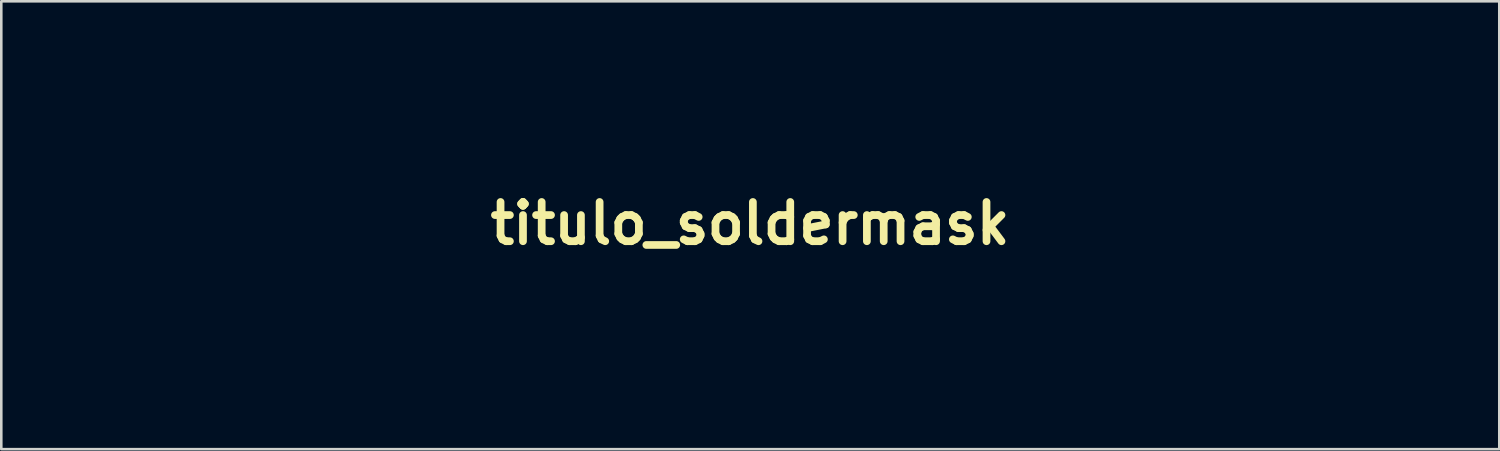
<source format=kicad_pcb>
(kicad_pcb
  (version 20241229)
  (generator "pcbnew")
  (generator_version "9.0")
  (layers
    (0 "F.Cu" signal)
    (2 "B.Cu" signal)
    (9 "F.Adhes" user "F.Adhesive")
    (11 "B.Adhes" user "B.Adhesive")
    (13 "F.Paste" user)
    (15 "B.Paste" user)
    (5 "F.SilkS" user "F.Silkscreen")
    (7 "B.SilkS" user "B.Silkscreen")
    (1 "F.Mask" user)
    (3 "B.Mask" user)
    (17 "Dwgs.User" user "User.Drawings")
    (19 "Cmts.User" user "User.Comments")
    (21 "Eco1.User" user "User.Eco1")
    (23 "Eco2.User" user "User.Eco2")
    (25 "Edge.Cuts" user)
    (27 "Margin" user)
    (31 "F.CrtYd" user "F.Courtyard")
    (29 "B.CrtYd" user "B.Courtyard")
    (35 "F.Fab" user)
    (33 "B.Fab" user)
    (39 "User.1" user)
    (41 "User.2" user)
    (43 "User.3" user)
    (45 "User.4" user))
  (footprint "titulo_soldermask"
    (layer "F.Cu")
    (at 26.074 5.627)
    (property "Reference" "titulo_soldermask" (at 0 0 0) (layer "F.SilkS") (effects (font (size 1.524 1.524) (thickness 0.3))))
    (attr through_hole)
    (fp_poly (pts (xy -21.957 4.703) (xy -21.899 4.778) (xy -21.902 4.886) (xy -21.917 4.973) (xy -21.921 5.002) (xy -21.962 5.024) (xy -22.06 5.035) (xy -22.08 5.035) (xy -22.2 5.019) (xy -22.242 4.969) (xy -22.247 4.86) (xy -22.247 4.835) (xy -22.238 4.731) (xy -22.191 4.688) (xy -22.085 4.679) (xy -21.957 4.703)) (stroke (width 0.01) (type solid)) (fill yes) (layer "F.Mask"))
    (fp_poly (pts (xy -19.354 5.394) (xy -19.194 5.405) (xy -19.097 5.428) (xy -19.05 5.469) (xy -19.041 5.534) (xy -19.05 5.599) (xy -19.065 5.686) (xy -19.069 5.715) (xy -19.112 5.728) (xy -19.226 5.739) (xy -19.394 5.746) (xy -19.585 5.748) (xy -20.097 5.748) (xy -20.097 5.392) (xy -19.59 5.392) (xy -19.354 5.394)) (stroke (width 0.01) (type solid)) (fill yes) (layer "F.Mask"))
    (fp_poly (pts (xy -22.313 3.633) (xy -22.256 3.708) (xy -22.258 3.816) (xy -22.273 3.903) (xy -22.277 3.933) (xy -22.319 3.955) (xy -22.417 3.966) (xy -22.437 3.966) (xy -22.537 3.961) (xy -22.581 3.927) (xy -22.592 3.84) (xy -22.593 3.788) (xy -22.588 3.674) (xy -22.559 3.623) (xy -22.484 3.61) (xy -22.441 3.609) (xy -22.313 3.633)) (stroke (width 0.01) (type solid)) (fill yes) (layer "F.Mask"))
    (fp_poly (pts (xy -2.167 4.68) (xy -1.935 4.683) (xy -1.77 4.692) (xy -1.662 4.709) (xy -1.601 4.737) (xy -1.575 4.777) (xy -1.573 4.833) (xy -1.582 4.886) (xy -1.597 4.973) (xy -1.601 5.002) (xy -1.644 5.012) (xy -1.763 5.021) (xy -1.944 5.029) (xy -2.173 5.033) (xy -2.437 5.035) (xy -2.473 5.035) (xy -3.342 5.035) (xy -3.342 4.679) (xy -2.478 4.679) (xy -2.167 4.68)) (stroke (width 0.01) (type solid)) (fill yes) (layer "F.Mask"))
    (fp_poly (pts (xy -21.36 4.328) (xy -21.245 4.351) (xy -21.19 4.399) (xy -21.182 4.481) (xy -21.189 4.529) (xy -21.204 4.616) (xy -21.208 4.646) (xy -21.25 4.662) (xy -21.36 4.673) (xy -21.515 4.679) (xy -21.545 4.679) (xy -21.723 4.675) (xy -21.828 4.662) (xy -21.876 4.636) (xy -21.885 4.612) (xy -21.89 4.504) (xy -21.891 4.478) (xy -21.887 4.388) (xy -21.885 4.367) (xy -21.841 4.345) (xy -21.728 4.329) (xy -21.568 4.323) (xy -21.55 4.322) (xy -21.36 4.328)) (stroke (width 0.01) (type solid)) (fill yes) (layer "F.Mask"))
    (fp_poly (pts (xy 10.071 -5.035) (xy 9.162 -5.035) (xy 8.851 -5.035) (xy 8.618 -5.032) (xy 8.451 -5.026) (xy 8.34 -5.016) (xy 8.272 -5.002) (xy 8.237 -4.982) (xy 8.226 -4.965) (xy 8.221 -4.908) (xy 8.217 -4.771) (xy 8.212 -4.561) (xy 8.208 -4.286) (xy 8.205 -3.956) (xy 8.203 -3.577) (xy 8.201 -3.159) (xy 8.2 -2.709) (xy 8.199 -2.38) (xy 8.199 0.134) (xy 7.531 0.134) (xy 7.531 -5.035) (xy 5.704 -5.035) (xy 5.704 -5.615) (xy 10.071 -5.615) (xy 10.071 -5.035)) (stroke (width 0.01) (type solid)) (fill yes) (layer "F.Mask"))
    (fp_poly (pts (xy 20.22 -2.662) (xy 20.232 0.134) (xy 19.608 0.134) (xy 19.596 -1.883) (xy 19.585 -3.899) (xy 18.927 -3.911) (xy 18.27 -3.924) (xy 18.27 -4.125) (xy 18.271 -4.225) (xy 18.285 -4.29) (xy 18.329 -4.331) (xy 18.42 -4.359) (xy 18.573 -4.385) (xy 18.68 -4.402) (xy 19.032 -4.488) (xy 19.315 -4.629) (xy 19.531 -4.828) (xy 19.685 -5.086) (xy 19.728 -5.203) (xy 19.772 -5.332) (xy 19.81 -5.419) (xy 19.827 -5.441) (xy 19.884 -5.445) (xy 19.994 -5.45) (xy 20.03 -5.451) (xy 20.209 -5.458) (xy 20.22 -2.662)) (stroke (width 0.01) (type solid)) (fill yes) (layer "F.Mask"))
    (fp_poly (pts (xy -22.317 5.052) (xy -22.275 5.102) (xy -22.268 5.201) (xy -22.264 5.269) (xy -22.259 5.307) (xy -22.241 5.334) (xy -22.195 5.353) (xy -22.11 5.365) (xy -21.972 5.373) (xy -21.768 5.378) (xy -21.561 5.382) (xy -21.283 5.388) (xy -21.083 5.397) (xy -20.949 5.413) (xy -20.868 5.439) (xy -20.83 5.479) (xy -20.823 5.535) (xy -20.832 5.599) (xy -20.847 5.686) (xy -20.851 5.715) (xy -20.895 5.725) (xy -21.014 5.734) (xy -21.195 5.741) (xy -21.424 5.746) (xy -21.688 5.748) (xy -21.724 5.748) (xy -22.593 5.748) (xy -22.593 5.035) (xy -22.437 5.035) (xy -22.317 5.052)) (stroke (width 0.01) (type solid)) (fill yes) (layer "F.Mask"))
    (fp_poly (pts (xy -7.515 3.254) (xy -7.282 3.257) (xy -7.118 3.266) (xy -7.01 3.284) (xy -6.948 3.311) (xy -6.922 3.351) (xy -6.921 3.407) (xy -6.929 3.46) (xy -6.944 3.547) (xy -6.948 3.576) (xy -6.991 3.592) (xy -7.101 3.603) (xy -7.259 3.609) (xy -7.311 3.609) (xy -7.67 3.609) (xy -7.664 4.623) (xy -7.663 4.917) (xy -7.661 5.183) (xy -7.661 5.406) (xy -7.661 5.574) (xy -7.661 5.673) (xy -7.661 5.693) (xy -7.704 5.732) (xy -7.813 5.748) (xy -7.821 5.748) (xy -7.976 5.748) (xy -7.976 3.609) (xy -8.689 3.609) (xy -8.689 3.253) (xy -7.825 3.253) (xy -7.515 3.254)) (stroke (width 0.01) (type solid)) (fill yes) (layer "F.Mask"))
    (fp_poly (pts (xy 2.68 4.378) (xy 2.683 4.751) (xy 2.684 5.044) (xy 2.685 5.269) (xy 2.686 5.434) (xy 2.685 5.55) (xy 2.684 5.627) (xy 2.683 5.675) (xy 2.681 5.704) (xy 2.679 5.715) (xy 2.636 5.737) (xy 2.537 5.748) (xy 2.518 5.748) (xy 2.362 5.748) (xy 2.362 3.966) (xy 2.184 3.966) (xy 2.069 3.962) (xy 2.019 3.932) (xy 2.006 3.851) (xy 2.005 3.79) (xy 2.011 3.677) (xy 2.043 3.624) (xy 2.128 3.605) (xy 2.172 3.601) (xy 2.283 3.585) (xy 2.333 3.542) (xy 2.351 3.443) (xy 2.353 3.42) (xy 2.369 3.311) (xy 2.409 3.264) (xy 2.499 3.253) (xy 2.52 3.253) (xy 2.674 3.253) (xy 2.68 4.378)) (stroke (width 0.01) (type solid)) (fill yes) (layer "F.Mask"))
    (fp_poly (pts (xy -21.713 3.263) (xy -21.189 3.275) (xy -21.189 3.431) (xy -21.182 3.534) (xy -21.144 3.581) (xy -21.047 3.599) (xy -21.022 3.601) (xy -20.855 3.615) (xy -20.848 3.846) (xy -20.843 4.078) (xy -20.844 4.228) (xy -20.849 4.289) (xy -20.892 4.311) (xy -20.991 4.322) (xy -21.011 4.322) (xy -21.123 4.31) (xy -21.168 4.266) (xy -21.172 4.244) (xy -21.173 4.16) (xy -21.172 4.02) (xy -21.168 3.888) (xy -21.159 3.609) (xy -21.698 3.609) (xy -21.927 3.609) (xy -22.081 3.604) (xy -22.176 3.589) (xy -22.225 3.559) (xy -22.244 3.509) (xy -22.247 3.432) (xy -22.247 3.409) (xy -22.244 3.318) (xy -22.242 3.296) (xy -22.195 3.275) (xy -22.065 3.263) (xy -21.858 3.26) (xy -21.713 3.263)) (stroke (width 0.01) (type solid)) (fill yes) (layer "F.Mask"))
    (fp_poly (pts (xy 10.114 3.252) (xy 10.355 3.255) (xy 10.584 3.261) (xy 10.785 3.269) (xy 10.941 3.278) (xy 11.036 3.289) (xy 11.057 3.298) (xy 11.07 3.445) (xy 11.055 3.536) (xy 10.996 3.586) (xy 10.877 3.606) (xy 10.692 3.609) (xy 10.333 3.609) (xy 10.338 4.601) (xy 10.34 4.893) (xy 10.341 5.159) (xy 10.341 5.383) (xy 10.342 5.552) (xy 10.341 5.652) (xy 10.341 5.67) (xy 10.315 5.726) (xy 10.229 5.747) (xy 10.182 5.748) (xy 10.078 5.741) (xy 10.034 5.702) (xy 10.025 5.607) (xy 10.025 5.604) (xy 10.024 5.516) (xy 10.024 5.355) (xy 10.025 5.137) (xy 10.025 4.877) (xy 10.026 4.593) (xy 10.026 4.534) (xy 10.029 3.609) (xy 9.323 3.609) (xy 9.305 3.452) (xy 9.298 3.342) (xy 9.305 3.278) (xy 9.307 3.274) (xy 9.36 3.263) (xy 9.484 3.256) (xy 9.662 3.252) (xy 9.877 3.251) (xy 10.114 3.252)) (stroke (width 0.01) (type solid)) (fill yes) (layer "F.Mask"))
    (fp_poly (pts (xy 11.966 3.253) (xy 12.149 3.259) (xy 12.31 3.268) (xy 12.428 3.281) (xy 12.482 3.295) (xy 12.483 3.298) (xy 12.494 3.461) (xy 12.47 3.557) (xy 12.4 3.6) (xy 12.296 3.609) (xy 12.115 3.609) (xy 12.129 4.49) (xy 12.143 5.37) (xy 12.31 5.383) (xy 12.425 5.4) (xy 12.476 5.441) (xy 12.488 5.528) (xy 12.488 5.548) (xy 12.487 5.633) (xy 12.473 5.69) (xy 12.43 5.724) (xy 12.345 5.742) (xy 12.202 5.748) (xy 11.986 5.748) (xy 11.965 5.748) (xy 11.452 5.748) (xy 11.452 5.615) (xy 11.452 5.508) (xy 11.451 5.448) (xy 11.489 5.421) (xy 11.586 5.397) (xy 11.618 5.392) (xy 11.786 5.37) (xy 11.799 4.49) (xy 11.812 3.609) (xy 11.637 3.609) (xy 11.523 3.604) (xy 11.47 3.57) (xy 11.448 3.486) (xy 11.444 3.452) (xy 11.437 3.342) (xy 11.444 3.278) (xy 11.446 3.274) (xy 11.501 3.261) (xy 11.621 3.253) (xy 11.783 3.251) (xy 11.966 3.253)) (stroke (width 0.01) (type solid)) (fill yes) (layer "F.Mask"))
    (fp_poly (pts (xy 6.532 3.254) (xy 6.73 3.26) (xy 6.862 3.274) (xy 6.941 3.299) (xy 6.977 3.339) (xy 6.983 3.397) (xy 6.974 3.46) (xy 6.959 3.547) (xy 6.955 3.576) (xy 6.912 3.589) (xy 6.797 3.599) (xy 6.628 3.607) (xy 6.421 3.609) (xy 6.413 3.609) (xy 5.875 3.609) (xy 5.89 3.955) (xy 5.906 4.3) (xy 6.246 4.313) (xy 6.439 4.326) (xy 6.557 4.352) (xy 6.614 4.4) (xy 6.625 4.477) (xy 6.618 4.529) (xy 6.603 4.616) (xy 6.598 4.646) (xy 6.556 4.661) (xy 6.445 4.673) (xy 6.288 4.679) (xy 6.235 4.679) (xy 5.875 4.679) (xy 5.906 5.37) (xy 6.425 5.382) (xy 6.663 5.39) (xy 6.825 5.404) (xy 6.923 5.429) (xy 6.972 5.47) (xy 6.983 5.533) (xy 6.974 5.599) (xy 6.959 5.686) (xy 6.955 5.715) (xy 6.912 5.726) (xy 6.795 5.736) (xy 6.619 5.744) (xy 6.4 5.748) (xy 6.261 5.748) (xy 5.57 5.748) (xy 5.57 3.253) (xy 6.256 3.253) (xy 6.532 3.254)) (stroke (width 0.01) (type solid)) (fill yes) (layer "F.Mask"))
    (fp_poly (pts (xy 21.861 3.254) (xy 22.059 3.26) (xy 22.191 3.274) (xy 22.27 3.299) (xy 22.306 3.339) (xy 22.312 3.397) (xy 22.303 3.46) (xy 22.288 3.547) (xy 22.284 3.576) (xy 22.241 3.589) (xy 22.126 3.599) (xy 21.957 3.607) (xy 21.75 3.609) (xy 21.742 3.609) (xy 21.204 3.609) (xy 21.22 3.955) (xy 21.235 4.3) (xy 21.576 4.313) (xy 21.768 4.326) (xy 21.886 4.352) (xy 21.943 4.4) (xy 21.954 4.477) (xy 21.947 4.529) (xy 21.932 4.616) (xy 21.928 4.646) (xy 21.885 4.661) (xy 21.774 4.673) (xy 21.617 4.679) (xy 21.564 4.679) (xy 21.204 4.679) (xy 21.235 5.37) (xy 21.754 5.382) (xy 21.992 5.39) (xy 22.154 5.404) (xy 22.252 5.429) (xy 22.301 5.47) (xy 22.312 5.533) (xy 22.303 5.599) (xy 22.288 5.686) (xy 22.284 5.715) (xy 22.241 5.726) (xy 22.124 5.736) (xy 21.948 5.744) (xy 21.729 5.748) (xy 21.59 5.748) (xy 20.899 5.748) (xy 20.899 3.253) (xy 21.585 3.253) (xy 21.861 3.254)) (stroke (width 0.01) (type solid)) (fill yes) (layer "F.Mask"))
    (fp_poly (pts (xy -15.848 4.467) (xy -15.738 4.779) (xy -15.638 5.063) (xy -15.552 5.309) (xy -15.485 5.506) (xy -15.439 5.644) (xy -15.418 5.711) (xy -15.417 5.715) (xy -15.457 5.737) (xy -15.554 5.748) (xy -15.576 5.748) (xy -15.647 5.747) (xy -15.699 5.734) (xy -15.742 5.695) (xy -15.785 5.617) (xy -15.839 5.485) (xy -15.913 5.287) (xy -15.927 5.247) (xy -16.005 5.035) (xy -17.105 5.035) (xy -17.357 5.748) (xy -17.524 5.748) (xy -17.631 5.741) (xy -17.688 5.722) (xy -17.691 5.717) (xy -17.676 5.668) (xy -17.636 5.547) (xy -17.572 5.363) (xy -17.49 5.127) (xy -17.392 4.851) (xy -17.331 4.679) (xy -16.974 4.679) (xy -16.133 4.679) (xy -16.333 4.112) (xy -16.406 3.903) (xy -16.467 3.726) (xy -16.511 3.596) (xy -16.531 3.53) (xy -16.532 3.526) (xy -16.54 3.512) (xy -16.566 3.559) (xy -16.612 3.671) (xy -16.681 3.856) (xy -16.773 4.112) (xy -16.974 4.679) (xy -17.331 4.679) (xy -17.284 4.545) (xy -17.257 4.469) (xy -16.822 3.253) (xy -16.279 3.253) (xy -15.848 4.467)) (stroke (width 0.01) (type solid)) (fill yes) (layer "F.Mask"))
    (fp_poly (pts (xy 13.846 3.256) (xy 14.059 3.264) (xy 14.2 3.277) (xy 14.263 3.294) (xy 14.265 3.298) (xy 14.279 3.424) (xy 14.273 3.511) (xy 14.234 3.565) (xy 14.149 3.595) (xy 14.006 3.607) (xy 13.789 3.609) (xy 13.722 3.609) (xy 13.184 3.609) (xy 13.199 3.955) (xy 13.213 4.3) (xy 13.558 4.313) (xy 13.722 4.324) (xy 13.845 4.343) (xy 13.906 4.364) (xy 13.909 4.369) (xy 13.922 4.515) (xy 13.907 4.606) (xy 13.847 4.655) (xy 13.727 4.675) (xy 13.544 4.679) (xy 13.184 4.679) (xy 13.214 5.37) (xy 13.737 5.382) (xy 13.946 5.391) (xy 14.116 5.404) (xy 14.227 5.421) (xy 14.265 5.438) (xy 14.27 5.52) (xy 14.271 5.548) (xy 14.27 5.623) (xy 14.26 5.677) (xy 14.226 5.713) (xy 14.157 5.734) (xy 14.039 5.745) (xy 13.86 5.748) (xy 13.605 5.748) (xy 13.572 5.748) (xy 12.884 5.748) (xy 12.87 5.604) (xy 12.867 5.519) (xy 12.864 5.36) (xy 12.864 5.141) (xy 12.864 4.874) (xy 12.866 4.575) (xy 12.869 4.356) (xy 12.881 3.253) (xy 13.57 3.253) (xy 13.846 3.256)) (stroke (width 0.01) (type solid)) (fill yes) (layer "F.Mask"))
    (fp_poly (pts (xy 8.202 3.258) (xy 8.422 3.275) (xy 8.586 3.309) (xy 8.712 3.365) (xy 8.816 3.447) (xy 8.881 3.518) (xy 8.951 3.615) (xy 8.987 3.717) (xy 9 3.859) (xy 9.001 3.936) (xy 8.981 4.178) (xy 8.915 4.364) (xy 8.795 4.499) (xy 8.612 4.592) (xy 8.359 4.647) (xy 8.095 4.67) (xy 7.657 4.691) (xy 7.666 5.164) (xy 7.67 5.402) (xy 7.671 5.565) (xy 7.664 5.667) (xy 7.645 5.722) (xy 7.611 5.745) (xy 7.558 5.749) (xy 7.509 5.748) (xy 7.353 5.748) (xy 7.353 3.609) (xy 7.657 3.609) (xy 7.669 3.933) (xy 7.678 4.096) (xy 7.689 4.225) (xy 7.7 4.292) (xy 7.701 4.294) (xy 7.752 4.31) (xy 7.869 4.318) (xy 8.031 4.316) (xy 8.093 4.314) (xy 8.306 4.296) (xy 8.449 4.268) (xy 8.538 4.226) (xy 8.552 4.214) (xy 8.642 4.078) (xy 8.652 3.905) (xy 8.63 3.818) (xy 8.581 3.726) (xy 8.496 3.664) (xy 8.36 3.628) (xy 8.158 3.612) (xy 8.014 3.609) (xy 7.657 3.609) (xy 7.353 3.609) (xy 7.353 3.253) (xy 7.911 3.253) (xy 8.202 3.258)) (stroke (width 0.01) (type solid)) (fill yes) (layer "F.Mask"))
    (fp_poly (pts (xy -19.574 3.263) (xy -19.05 3.275) (xy -19.05 3.431) (xy -19.043 3.534) (xy -19.005 3.581) (xy -18.908 3.599) (xy -18.883 3.601) (xy -18.716 3.615) (xy -18.709 4.381) (xy -18.706 4.693) (xy -18.705 4.928) (xy -18.704 5.098) (xy -18.704 5.215) (xy -18.705 5.29) (xy -18.708 5.335) (xy -18.71 5.359) (xy -18.753 5.381) (xy -18.852 5.392) (xy -18.872 5.392) (xy -18.984 5.379) (xy -19.029 5.335) (xy -19.033 5.314) (xy -19.034 5.229) (xy -19.033 5.089) (xy -19.029 4.957) (xy -19.02 4.679) (xy -20.097 4.679) (xy -20.097 4.322) (xy -20.454 4.322) (xy -20.454 3.609) (xy -20.298 3.609) (xy -20.204 3.614) (xy -20.157 3.641) (xy -20.14 3.717) (xy -20.136 3.821) (xy -20.132 3.982) (xy -20.127 4.129) (xy -20.125 4.166) (xy -20.119 4.3) (xy -19.05 4.3) (xy -19.037 3.955) (xy -19.024 3.609) (xy -19.561 3.609) (xy -19.789 3.609) (xy -19.943 3.604) (xy -20.038 3.589) (xy -20.087 3.559) (xy -20.105 3.508) (xy -20.108 3.431) (xy -20.108 3.409) (xy -20.105 3.318) (xy -20.103 3.296) (xy -20.056 3.275) (xy -19.927 3.263) (xy -19.719 3.26) (xy -19.574 3.263)) (stroke (width 0.01) (type solid)) (fill yes) (layer "F.Mask"))
    (fp_poly (pts (xy -13.743 3.273) (xy -13.636 3.298) (xy -13.483 3.35) (xy -13.397 3.411) (xy -13.356 3.501) (xy -13.344 3.581) (xy -13.338 3.683) (xy -13.356 3.729) (xy -13.418 3.728) (xy -13.542 3.687) (xy -13.569 3.678) (xy -13.816 3.623) (xy -14.078 3.621) (xy -14.317 3.672) (xy -14.371 3.694) (xy -14.591 3.833) (xy -14.739 4.018) (xy -14.818 4.254) (xy -14.832 4.548) (xy -14.831 4.562) (xy -14.777 4.846) (xy -14.656 5.072) (xy -14.473 5.236) (xy -14.23 5.335) (xy -13.973 5.366) (xy -13.703 5.37) (xy -13.675 5.035) (xy -14.037 5.035) (xy -14.037 4.679) (xy -13.368 4.679) (xy -13.365 4.824) (xy -13.361 5.13) (xy -13.362 5.372) (xy -13.368 5.542) (xy -13.379 5.633) (xy -13.384 5.645) (xy -13.47 5.686) (xy -13.62 5.716) (xy -13.807 5.732) (xy -14.007 5.733) (xy -14.193 5.717) (xy -14.26 5.705) (xy -14.574 5.598) (xy -14.828 5.425) (xy -15.02 5.194) (xy -15.143 4.91) (xy -15.194 4.577) (xy -15.195 4.52) (xy -15.169 4.189) (xy -15.086 3.914) (xy -14.94 3.678) (xy -14.862 3.59) (xy -14.633 3.416) (xy -14.356 3.301) (xy -14.052 3.252) (xy -13.743 3.273)) (stroke (width 0.01) (type solid)) (fill yes) (layer "F.Mask"))
    (fp_poly (pts (xy -11.529 3.314) (xy -11.27 3.443) (xy -11.187 3.506) (xy -10.991 3.729) (xy -10.857 3.995) (xy -10.785 4.288) (xy -10.774 4.592) (xy -10.824 4.89) (xy -10.935 5.166) (xy -11.104 5.403) (xy -11.266 5.542) (xy -11.539 5.677) (xy -11.845 5.734) (xy -12.17 5.711) (xy -12.227 5.699) (xy -12.429 5.618) (xy -12.635 5.481) (xy -12.807 5.313) (xy -12.855 5.25) (xy -12.966 5.047) (xy -13.03 4.831) (xy -13.052 4.574) (xy -13.052 4.56) (xy -12.695 4.56) (xy -12.651 4.806) (xy -12.565 5.023) (xy -12.442 5.184) (xy -12.318 5.265) (xy -12.152 5.336) (xy -11.99 5.381) (xy -11.92 5.388) (xy -11.821 5.373) (xy -11.689 5.337) (xy -11.661 5.327) (xy -11.464 5.231) (xy -11.318 5.089) (xy -11.221 4.93) (xy -11.155 4.728) (xy -11.132 4.486) (xy -11.152 4.245) (xy -11.18 4.137) (xy -11.269 3.971) (xy -11.412 3.81) (xy -11.577 3.688) (xy -11.645 3.657) (xy -11.888 3.609) (xy -12.129 3.641) (xy -12.349 3.745) (xy -12.53 3.913) (xy -12.637 4.094) (xy -12.692 4.314) (xy -12.695 4.56) (xy -13.052 4.56) (xy -13.048 4.391) (xy -13.005 4.071) (xy -12.907 3.811) (xy -12.746 3.592) (xy -12.631 3.485) (xy -12.387 3.339) (xy -12.108 3.262) (xy -11.815 3.254) (xy -11.529 3.314)) (stroke (width 0.01) (type solid)) (fill yes) (layer "F.Mask"))
    (fp_poly (pts (xy -5.112 3.314) (xy -4.853 3.443) (xy -4.77 3.506) (xy -4.574 3.729) (xy -4.44 3.995) (xy -4.368 4.288) (xy -4.357 4.592) (xy -4.408 4.89) (xy -4.518 5.166) (xy -4.688 5.403) (xy -4.85 5.542) (xy -5.122 5.677) (xy -5.428 5.734) (xy -5.753 5.711) (xy -5.81 5.699) (xy -6.013 5.618) (xy -6.218 5.481) (xy -6.391 5.313) (xy -6.438 5.25) (xy -6.55 5.047) (xy -6.613 4.831) (xy -6.635 4.574) (xy -6.635 4.56) (xy -6.279 4.56) (xy -6.235 4.806) (xy -6.148 5.023) (xy -6.025 5.184) (xy -5.901 5.265) (xy -5.736 5.336) (xy -5.573 5.381) (xy -5.503 5.388) (xy -5.404 5.373) (xy -5.272 5.337) (xy -5.244 5.327) (xy -5.047 5.231) (xy -4.901 5.089) (xy -4.804 4.93) (xy -4.738 4.728) (xy -4.715 4.486) (xy -4.736 4.245) (xy -4.763 4.137) (xy -4.853 3.971) (xy -4.995 3.81) (xy -5.16 3.688) (xy -5.228 3.657) (xy -5.471 3.609) (xy -5.712 3.641) (xy -5.932 3.745) (xy -6.113 3.913) (xy -6.22 4.094) (xy -6.275 4.314) (xy -6.279 4.56) (xy -6.635 4.56) (xy -6.631 4.391) (xy -6.588 4.071) (xy -6.49 3.811) (xy -6.329 3.592) (xy -6.214 3.485) (xy -5.97 3.339) (xy -5.691 3.262) (xy -5.398 3.254) (xy -5.112 3.314)) (stroke (width 0.01) (type solid)) (fill yes) (layer "F.Mask"))
    (fp_poly (pts (xy 11.904 -4.234) (xy 12.13 -3.834) (xy 12.324 -3.499) (xy 12.483 -3.232) (xy 12.606 -3.035) (xy 12.691 -2.912) (xy 12.737 -2.864) (xy 12.741 -2.864) (xy 12.776 -2.904) (xy 12.85 -3.013) (xy 12.956 -3.182) (xy 13.088 -3.403) (xy 13.243 -3.665) (xy 13.413 -3.961) (xy 13.567 -4.233) (xy 14.331 -5.592) (xy 14.723 -5.605) (xy 14.901 -5.607) (xy 15.031 -5.6) (xy 15.096 -5.586) (xy 15.099 -5.578) (xy 15.074 -5.532) (xy 15.007 -5.419) (xy 14.903 -5.244) (xy 14.768 -5.018) (xy 14.606 -4.747) (xy 14.421 -4.44) (xy 14.219 -4.105) (xy 14.081 -3.877) (xy 13.079 -2.216) (xy 13.079 0.134) (xy 12.745 0.134) (xy 12.41 0.134) (xy 12.423 -0.98) (xy 12.426 -1.34) (xy 12.426 -1.621) (xy 12.423 -1.835) (xy 12.415 -1.992) (xy 12.404 -2.103) (xy 12.387 -2.178) (xy 12.37 -2.219) (xy 12.333 -2.284) (xy 12.254 -2.415) (xy 12.139 -2.605) (xy 11.993 -2.843) (xy 11.821 -3.123) (xy 11.629 -3.434) (xy 11.422 -3.768) (xy 11.341 -3.9) (xy 11.131 -4.238) (xy 10.935 -4.555) (xy 10.757 -4.842) (xy 10.604 -5.091) (xy 10.48 -5.292) (xy 10.391 -5.439) (xy 10.341 -5.521) (xy 10.333 -5.534) (xy 10.32 -5.572) (xy 10.337 -5.595) (xy 10.4 -5.608) (xy 10.523 -5.614) (xy 10.71 -5.615) (xy 11.13 -5.615) (xy 11.904 -4.234)) (stroke (width 0.01) (type solid)) (fill yes) (layer "F.Mask"))
    (fp_poly (pts (xy -9.633 3.262) (xy -9.479 3.286) (xy -9.323 3.318) (xy -9.19 3.354) (xy -9.105 3.387) (xy -9.089 3.402) (xy -9.082 3.446) (xy -9.067 3.546) (xy -9.063 3.576) (xy -9.055 3.681) (xy -9.079 3.732) (xy -9.15 3.735) (xy -9.284 3.696) (xy -9.336 3.678) (xy -9.549 3.625) (xy -9.764 3.612) (xy -9.957 3.638) (xy -10.106 3.699) (xy -10.17 3.761) (xy -10.194 3.838) (xy -10.204 3.945) (xy -10.191 4.031) (xy -10.141 4.104) (xy -10.044 4.175) (xy -9.885 4.252) (xy -9.654 4.344) (xy -9.648 4.346) (xy -9.385 4.458) (xy -9.2 4.571) (xy -9.08 4.696) (xy -9.015 4.844) (xy -8.995 4.976) (xy -9.018 5.22) (xy -9.114 5.425) (xy -9.274 5.584) (xy -9.49 5.689) (xy -9.752 5.735) (xy -10.026 5.719) (xy -10.141 5.692) (xy -10.284 5.647) (xy -10.316 5.636) (xy -10.429 5.588) (xy -10.48 5.532) (xy -10.495 5.435) (xy -10.496 5.391) (xy -10.491 5.277) (xy -10.466 5.234) (xy -10.429 5.238) (xy -10.35 5.263) (xy -10.218 5.301) (xy -10.099 5.332) (xy -9.84 5.375) (xy -9.63 5.362) (xy -9.474 5.295) (xy -9.381 5.178) (xy -9.358 5.05) (xy -9.378 4.945) (xy -9.445 4.855) (xy -9.571 4.772) (xy -9.767 4.687) (xy -9.929 4.63) (xy -10.188 4.514) (xy -10.386 4.369) (xy -10.49 4.261) (xy -10.542 4.169) (xy -10.56 4.055) (xy -10.561 3.983) (xy -10.523 3.728) (xy -10.413 3.522) (xy -10.238 3.37) (xy -10.004 3.279) (xy -9.76 3.253) (xy -9.633 3.262)) (stroke (width 0.01) (type solid)) (fill yes) (layer "F.Mask"))
    (fp_poly (pts (xy 4.626 3.262) (xy 4.781 3.286) (xy 4.937 3.318) (xy 5.07 3.354) (xy 5.154 3.387) (xy 5.171 3.402) (xy 5.178 3.446) (xy 5.192 3.546) (xy 5.197 3.576) (xy 5.205 3.681) (xy 5.181 3.732) (xy 5.109 3.735) (xy 4.975 3.696) (xy 4.924 3.678) (xy 4.711 3.625) (xy 4.496 3.612) (xy 4.303 3.638) (xy 4.154 3.699) (xy 4.089 3.761) (xy 4.065 3.838) (xy 4.056 3.945) (xy 4.069 4.031) (xy 4.118 4.104) (xy 4.216 4.175) (xy 4.374 4.252) (xy 4.606 4.344) (xy 4.612 4.346) (xy 4.875 4.458) (xy 5.06 4.571) (xy 5.18 4.696) (xy 5.245 4.844) (xy 5.265 4.976) (xy 5.242 5.22) (xy 5.146 5.425) (xy 4.986 5.584) (xy 4.77 5.689) (xy 4.508 5.735) (xy 4.233 5.719) (xy 4.119 5.692) (xy 3.976 5.647) (xy 3.944 5.636) (xy 3.831 5.588) (xy 3.779 5.532) (xy 3.765 5.435) (xy 3.764 5.391) (xy 3.769 5.277) (xy 3.793 5.234) (xy 3.831 5.238) (xy 3.909 5.263) (xy 4.042 5.301) (xy 4.161 5.332) (xy 4.419 5.375) (xy 4.63 5.362) (xy 4.786 5.295) (xy 4.878 5.178) (xy 4.902 5.05) (xy 4.882 4.945) (xy 4.814 4.855) (xy 4.688 4.772) (xy 4.492 4.687) (xy 4.331 4.63) (xy 4.072 4.514) (xy 3.874 4.369) (xy 3.77 4.261) (xy 3.717 4.169) (xy 3.7 4.055) (xy 3.699 3.983) (xy 3.737 3.728) (xy 3.846 3.522) (xy 4.021 3.37) (xy 4.255 3.279) (xy 4.5 3.253) (xy 4.626 3.262)) (stroke (width 0.01) (type solid)) (fill yes) (layer "F.Mask"))
    (fp_poly (pts (xy 14.912 3.257) (xy 14.978 3.279) (xy 15.047 3.33) (xy 15.133 3.423) (xy 15.252 3.571) (xy 15.3 3.632) (xy 15.424 3.786) (xy 15.529 3.909) (xy 15.602 3.988) (xy 15.63 4.009) (xy 15.669 3.974) (xy 15.748 3.883) (xy 15.855 3.75) (xy 15.948 3.63) (xy 16.077 3.462) (xy 16.168 3.353) (xy 16.238 3.29) (xy 16.302 3.261) (xy 16.376 3.253) (xy 16.405 3.253) (xy 16.577 3.253) (xy 16.584 4.378) (xy 16.586 4.751) (xy 16.587 5.044) (xy 16.588 5.269) (xy 16.589 5.434) (xy 16.588 5.55) (xy 16.588 5.627) (xy 16.586 5.675) (xy 16.584 5.704) (xy 16.582 5.715) (xy 16.539 5.737) (xy 16.44 5.748) (xy 16.421 5.748) (xy 16.265 5.748) (xy 16.26 4.846) (xy 16.258 4.569) (xy 16.258 4.321) (xy 16.258 4.116) (xy 16.259 3.968) (xy 16.261 3.893) (xy 16.262 3.888) (xy 16.256 3.839) (xy 16.218 3.85) (xy 16.142 3.923) (xy 16.024 4.064) (xy 15.911 4.208) (xy 15.623 4.581) (xy 15.34 4.218) (xy 15.218 4.065) (xy 15.114 3.941) (xy 15.041 3.861) (xy 15.015 3.84) (xy 15.002 3.878) (xy 14.991 3.994) (xy 14.982 4.18) (xy 14.977 4.424) (xy 14.976 4.709) (xy 14.976 4.985) (xy 14.976 5.234) (xy 14.976 5.44) (xy 14.976 5.59) (xy 14.975 5.667) (xy 14.975 5.67) (xy 14.949 5.726) (xy 14.862 5.747) (xy 14.819 5.748) (xy 14.715 5.74) (xy 14.669 5.696) (xy 14.652 5.604) (xy 14.649 5.519) (xy 14.647 5.36) (xy 14.646 5.141) (xy 14.647 4.874) (xy 14.649 4.575) (xy 14.651 4.356) (xy 14.664 3.253) (xy 14.834 3.253) (xy 14.912 3.257)) (stroke (width 0.01) (type solid)) (fill yes) (layer "F.Mask"))
    (fp_poly (pts (xy 17.727 3.26) (xy 17.936 3.285) (xy 18.094 3.332) (xy 18.219 3.409) (xy 18.328 3.518) (xy 18.397 3.614) (xy 18.434 3.714) (xy 18.447 3.852) (xy 18.448 3.942) (xy 18.439 4.132) (xy 18.406 4.26) (xy 18.366 4.325) (xy 18.321 4.387) (xy 18.316 4.436) (xy 18.359 4.497) (xy 18.455 4.591) (xy 18.552 4.69) (xy 18.604 4.775) (xy 18.623 4.88) (xy 18.627 5.017) (xy 18.596 5.277) (xy 18.503 5.477) (xy 18.345 5.621) (xy 18.306 5.644) (xy 18.214 5.679) (xy 18.085 5.706) (xy 17.902 5.724) (xy 17.651 5.737) (xy 17.568 5.74) (xy 16.978 5.759) (xy 16.978 4.679) (xy 17.283 4.679) (xy 17.294 5.002) (xy 17.303 5.166) (xy 17.314 5.294) (xy 17.325 5.362) (xy 17.326 5.364) (xy 17.377 5.379) (xy 17.494 5.387) (xy 17.656 5.386) (xy 17.718 5.383) (xy 17.932 5.366) (xy 18.074 5.338) (xy 18.163 5.295) (xy 18.177 5.284) (xy 18.268 5.147) (xy 18.277 4.974) (xy 18.255 4.887) (xy 18.207 4.795) (xy 18.122 4.734) (xy 17.985 4.697) (xy 17.783 4.681) (xy 17.64 4.679) (xy 17.283 4.679) (xy 16.978 4.679) (xy 16.978 3.609) (xy 17.283 3.609) (xy 17.294 3.933) (xy 17.303 4.096) (xy 17.314 4.224) (xy 17.325 4.292) (xy 17.326 4.294) (xy 17.383 4.319) (xy 17.499 4.324) (xy 17.646 4.313) (xy 17.797 4.289) (xy 17.924 4.254) (xy 17.998 4.216) (xy 18.089 4.079) (xy 18.099 3.907) (xy 18.077 3.818) (xy 18.019 3.716) (xy 17.913 3.651) (xy 17.747 3.617) (xy 17.551 3.609) (xy 17.283 3.609) (xy 16.978 3.609) (xy 16.978 3.253) (xy 17.447 3.253) (xy 17.727 3.26)) (stroke (width 0.01) (type solid)) (fill yes) (layer "F.Mask"))
    (fp_poly (pts (xy 0.468 3.256) (xy 0.535 3.273) (xy 0.601 3.315) (xy 0.68 3.396) (xy 0.788 3.528) (xy 0.879 3.643) (xy 1.006 3.806) (xy 1.114 3.946) (xy 1.191 4.048) (xy 1.22 4.09) (xy 1.237 4.159) (xy 1.251 4.292) (xy 1.258 4.462) (xy 1.259 4.501) (xy 1.264 4.854) (xy 0.91 5.301) (xy 0.764 5.485) (xy 0.658 5.61) (xy 0.581 5.687) (xy 0.517 5.728) (xy 0.455 5.744) (xy 0.379 5.746) (xy 0.379 5.746) (xy 0.302 5.742) (xy 0.239 5.724) (xy 0.174 5.68) (xy 0.094 5.6) (xy -0.014 5.471) (xy -0.147 5.302) (xy -0.495 4.861) (xy -0.501 4.513) (xy -0.501 4.487) (xy -0.178 4.487) (xy -0.174 4.6) (xy -0.155 4.692) (xy -0.11 4.785) (xy -0.028 4.904) (xy 0.09 5.055) (xy 0.208 5.199) (xy 0.306 5.312) (xy 0.372 5.379) (xy 0.39 5.39) (xy 0.43 5.356) (xy 0.511 5.267) (xy 0.618 5.138) (xy 0.685 5.053) (xy 0.948 4.718) (xy 0.924 4.456) (xy 0.907 4.323) (xy 0.876 4.215) (xy 0.818 4.108) (xy 0.721 3.974) (xy 0.644 3.878) (xy 0.529 3.743) (xy 0.432 3.645) (xy 0.368 3.597) (xy 0.353 3.596) (xy 0.311 3.645) (xy 0.229 3.746) (xy 0.121 3.881) (xy 0.07 3.944) (xy -0.05 4.099) (xy -0.123 4.211) (xy -0.162 4.305) (xy -0.176 4.405) (xy -0.178 4.487) (xy -0.501 4.487) (xy -0.499 4.338) (xy -0.487 4.192) (xy -0.469 4.103) (xy -0.465 4.096) (xy -0.421 4.033) (xy -0.335 3.919) (xy -0.219 3.77) (xy -0.115 3.639) (xy 0.021 3.471) (xy 0.117 3.36) (xy 0.19 3.295) (xy 0.255 3.264) (xy 0.328 3.254) (xy 0.383 3.253) (xy 0.468 3.256)) (stroke (width 0.01) (type solid)) (fill yes) (layer "F.Mask"))
    (fp_poly (pts (xy -10.384 -3.621) (xy -10.384 -3.114) (xy -10.386 -2.689) (xy -10.39 -2.336) (xy -10.395 -2.048) (xy -10.403 -1.816) (xy -10.412 -1.632) (xy -10.424 -1.488) (xy -10.439 -1.375) (xy -10.45 -1.315) (xy -10.576 -0.894) (xy -10.765 -0.538) (xy -11.016 -0.244) (xy -11.331 -0.013) (xy -11.71 0.156) (xy -12.069 0.249) (xy -12.291 0.28) (xy -12.556 0.299) (xy -12.831 0.305) (xy -13.079 0.298) (xy -13.235 0.282) (xy -13.423 0.236) (xy -13.647 0.157) (xy -13.868 0.061) (xy -14.046 -0.037) (xy -14.066 -0.05) (xy -14.31 -0.257) (xy -14.504 -0.514) (xy -14.655 -0.832) (xy -14.752 -1.144) (xy -14.772 -1.229) (xy -14.789 -1.319) (xy -14.803 -1.421) (xy -14.814 -1.544) (xy -14.823 -1.698) (xy -14.829 -1.892) (xy -14.834 -2.133) (xy -14.838 -2.432) (xy -14.84 -2.796) (xy -14.842 -3.236) (xy -14.842 -3.536) (xy -14.847 -5.592) (xy -14.208 -5.592) (xy -14.213 -3.899) (xy -14.213 -3.34) (xy -14.209 -2.862) (xy -14.202 -2.458) (xy -14.19 -2.119) (xy -14.172 -1.839) (xy -14.149 -1.608) (xy -14.12 -1.42) (xy -14.084 -1.266) (xy -14.04 -1.139) (xy -14.021 -1.095) (xy -13.857 -0.827) (xy -13.641 -0.612) (xy -13.435 -0.487) (xy -13.242 -0.421) (xy -13.007 -0.368) (xy -12.771 -0.338) (xy -12.574 -0.336) (xy -12.566 -0.337) (xy -12.311 -0.366) (xy -12.124 -0.393) (xy -11.983 -0.425) (xy -11.868 -0.466) (xy -11.757 -0.522) (xy -11.732 -0.536) (xy -11.505 -0.699) (xy -11.327 -0.908) (xy -11.183 -1.182) (xy -11.17 -1.212) (xy -11.148 -1.269) (xy -11.129 -1.328) (xy -11.113 -1.397) (xy -11.101 -1.483) (xy -11.091 -1.595) (xy -11.083 -1.743) (xy -11.077 -1.933) (xy -11.072 -2.175) (xy -11.068 -2.477) (xy -11.065 -2.847) (xy -11.062 -3.294) (xy -11.06 -3.531) (xy -11.047 -5.615) (xy -10.383 -5.615) (xy -10.384 -3.621)) (stroke (width 0.01) (type solid)) (fill yes) (layer "F.Mask"))
    (fp_poly (pts (xy 19.79 3.258) (xy 20.009 3.275) (xy 20.173 3.309) (xy 20.299 3.365) (xy 20.403 3.448) (xy 20.467 3.518) (xy 20.537 3.615) (xy 20.573 3.717) (xy 20.586 3.859) (xy 20.587 3.936) (xy 20.571 4.156) (xy 20.52 4.318) (xy 20.5 4.354) (xy 20.381 4.491) (xy 20.226 4.591) (xy 20.069 4.634) (xy 20.057 4.634) (xy 19.974 4.651) (xy 19.946 4.671) (xy 19.961 4.72) (xy 20.018 4.827) (xy 20.109 4.978) (xy 20.225 5.159) (xy 20.255 5.205) (xy 20.377 5.39) (xy 20.479 5.547) (xy 20.552 5.662) (xy 20.586 5.721) (xy 20.587 5.725) (xy 20.547 5.739) (xy 20.446 5.747) (xy 20.376 5.748) (xy 20.164 5.747) (xy 19.899 5.342) (xy 19.764 5.125) (xy 19.681 4.966) (xy 19.645 4.852) (xy 19.643 4.808) (xy 19.644 4.729) (xy 19.614 4.692) (xy 19.532 4.68) (xy 19.448 4.679) (xy 19.244 4.679) (xy 19.251 5.136) (xy 19.255 5.38) (xy 19.256 5.549) (xy 19.25 5.657) (xy 19.233 5.717) (xy 19.203 5.743) (xy 19.155 5.749) (xy 19.097 5.748) (xy 18.993 5.74) (xy 18.947 5.696) (xy 18.93 5.604) (xy 18.927 5.519) (xy 18.925 5.36) (xy 18.924 5.141) (xy 18.925 4.874) (xy 18.927 4.575) (xy 18.929 4.356) (xy 18.937 3.609) (xy 19.244 3.609) (xy 19.256 3.933) (xy 19.264 4.096) (xy 19.274 4.224) (xy 19.285 4.291) (xy 19.286 4.293) (xy 19.337 4.309) (xy 19.454 4.318) (xy 19.616 4.318) (xy 19.675 4.316) (xy 19.881 4.302) (xy 20.019 4.277) (xy 20.108 4.239) (xy 20.135 4.218) (xy 20.227 4.081) (xy 20.238 3.91) (xy 20.216 3.818) (xy 20.167 3.726) (xy 20.082 3.664) (xy 19.945 3.628) (xy 19.743 3.611) (xy 19.601 3.609) (xy 19.244 3.609) (xy 18.937 3.609) (xy 18.942 3.253) (xy 19.499 3.253) (xy 19.79 3.258)) (stroke (width 0.01) (type solid)) (fill yes) (layer "F.Mask"))
    (fp_poly (pts (xy -7.587 -5.606) (xy -7.184 -5.601) (xy -6.86 -5.596) (xy -6.604 -5.59) (xy -6.405 -5.583) (xy -6.254 -5.573) (xy -6.139 -5.561) (xy -6.049 -5.545) (xy -5.975 -5.525) (xy -5.905 -5.5) (xy -5.891 -5.494) (xy -5.58 -5.333) (xy -5.339 -5.126) (xy -5.161 -4.863) (xy -5.037 -4.534) (xy -5.01 -4.426) (xy -4.962 -4.048) (xy -4.983 -3.68) (xy -5.068 -3.337) (xy -5.214 -3.032) (xy -5.415 -2.777) (xy -5.609 -2.623) (xy -5.747 -2.541) (xy -5.883 -2.478) (xy -6.031 -2.43) (xy -6.203 -2.397) (xy -6.415 -2.374) (xy -6.68 -2.362) (xy -7.012 -2.356) (xy -7.241 -2.355) (xy -7.529 -2.353) (xy -7.791 -2.35) (xy -8.013 -2.345) (xy -8.179 -2.339) (xy -8.275 -2.332) (xy -8.29 -2.33) (xy -8.316 -2.32) (xy -8.336 -2.298) (xy -8.351 -2.254) (xy -8.362 -2.178) (xy -8.37 -2.061) (xy -8.374 -1.892) (xy -8.377 -1.661) (xy -8.377 -1.358) (xy -8.378 -1.087) (xy -8.378 0.134) (xy -9.046 0.134) (xy -9.046 -3.398) (xy -8.372 -3.398) (xy -8.37 -3.214) (xy -8.364 -3.086) (xy -8.354 -3.005) (xy -8.339 -2.958) (xy -8.318 -2.936) (xy -8.3 -2.93) (xy -8.204 -2.919) (xy -8.038 -2.912) (xy -7.821 -2.909) (xy -7.574 -2.909) (xy -7.314 -2.912) (xy -7.062 -2.919) (xy -6.837 -2.928) (xy -6.659 -2.94) (xy -6.595 -2.947) (xy -6.274 -3.01) (xy -6.028 -3.109) (xy -5.853 -3.248) (xy -5.803 -3.313) (xy -5.706 -3.523) (xy -5.654 -3.782) (xy -5.646 -4.061) (xy -5.684 -4.333) (xy -5.768 -4.567) (xy -5.795 -4.616) (xy -5.891 -4.739) (xy -6.014 -4.837) (xy -6.175 -4.911) (xy -6.384 -4.965) (xy -6.65 -4.999) (xy -6.982 -5.018) (xy -7.391 -5.022) (xy -7.503 -5.022) (xy -8.355 -5.013) (xy -8.367 -3.981) (xy -8.371 -3.65) (xy -8.372 -3.398) (xy -9.046 -3.398) (xy -9.046 -5.622) (xy -7.587 -5.606)) (stroke (width 0.01) (type solid)) (fill yes) (layer "F.Mask"))
    (fp_poly (pts (xy -21.613 -3.621) (xy -21.614 -3.111) (xy -21.616 -2.683) (xy -21.62 -2.328) (xy -21.625 -2.039) (xy -21.633 -1.806) (xy -21.642 -1.622) (xy -21.655 -1.479) (xy -21.669 -1.369) (xy -21.678 -1.322) (xy -21.805 -0.899) (xy -21.993 -0.54) (xy -22.242 -0.245) (xy -22.553 -0.013) (xy -22.927 0.155) (xy -23.363 0.26) (xy -23.863 0.303) (xy -23.915 0.303) (xy -24.136 0.298) (xy -24.362 0.28) (xy -24.55 0.253) (xy -24.577 0.248) (xy -24.961 0.128) (xy -25.282 -0.047) (xy -25.496 -0.226) (xy -25.671 -0.426) (xy -25.805 -0.641) (xy -25.91 -0.898) (xy -25.981 -1.144) (xy -26.002 -1.23) (xy -26.019 -1.321) (xy -26.033 -1.424) (xy -26.044 -1.549) (xy -26.052 -1.705) (xy -26.058 -1.901) (xy -26.063 -2.146) (xy -26.066 -2.449) (xy -26.067 -2.82) (xy -26.068 -3.267) (xy -26.068 -3.468) (xy -26.069 -3.883) (xy -26.069 -4.273) (xy -26.069 -4.626) (xy -26.069 -4.936) (xy -26.069 -5.191) (xy -26.069 -5.383) (xy -26.069 -5.501) (xy -26.069 -5.537) (xy -26.057 -5.578) (xy -26.008 -5.602) (xy -25.905 -5.613) (xy -25.756 -5.615) (xy -25.591 -5.612) (xy -25.495 -5.6) (xy -25.452 -5.574) (xy -25.443 -5.537) (xy -25.442 -5.476) (xy -25.442 -5.336) (xy -25.442 -5.128) (xy -25.442 -4.862) (xy -25.443 -4.55) (xy -25.443 -4.201) (xy -25.444 -3.832) (xy -25.443 -3.279) (xy -25.439 -2.807) (xy -25.431 -2.408) (xy -25.417 -2.075) (xy -25.399 -1.799) (xy -25.374 -1.573) (xy -25.343 -1.388) (xy -25.305 -1.238) (xy -25.259 -1.114) (xy -25.25 -1.095) (xy -25.078 -0.813) (xy -24.851 -0.6) (xy -24.565 -0.451) (xy -24.217 -0.366) (xy -24.204 -0.364) (xy -23.799 -0.339) (xy -23.427 -0.377) (xy -23.098 -0.475) (xy -22.821 -0.629) (xy -22.606 -0.835) (xy -22.531 -0.945) (xy -22.475 -1.045) (xy -22.427 -1.143) (xy -22.388 -1.247) (xy -22.357 -1.366) (xy -22.332 -1.508) (xy -22.314 -1.682) (xy -22.3 -1.897) (xy -22.291 -2.162) (xy -22.285 -2.485) (xy -22.282 -2.874) (xy -22.281 -3.339) (xy -22.281 -3.641) (xy -22.281 -5.615) (xy -21.612 -5.615) (xy -21.613 -3.621)) (stroke (width 0.01) (type solid)) (fill yes) (layer "F.Mask"))
    (fp_poly (pts (xy -2.585 -5.608) (xy -2.49 -5.605) (xy -2.084 -5.592) (xy -1.828 -4.902) (xy -1.753 -4.702) (xy -1.658 -4.446) (xy -1.545 -4.143) (xy -1.418 -3.801) (xy -1.279 -3.43) (xy -1.133 -3.038) (xy -0.983 -2.634) (xy -0.831 -2.229) (xy -0.682 -1.829) (xy -0.539 -1.445) (xy -0.404 -1.085) (xy -0.282 -0.759) (xy -0.176 -0.475) (xy -0.089 -0.242) (xy -0.024 -0.07) (xy 0.014 0.033) (xy 0.024 0.058) (xy 0.032 0.096) (xy 0.009 0.119) (xy -0.062 0.129) (xy -0.197 0.128) (xy -0.314 0.124) (xy -0.684 0.111) (xy -0.984 -0.735) (xy -1.284 -1.582) (xy -3.721 -1.582) (xy -4.028 -0.724) (xy -4.335 0.134) (xy -4.663 0.134) (xy -4.821 0.129) (xy -4.937 0.115) (xy -4.99 0.095) (xy -4.991 0.092) (xy -4.976 0.044) (xy -4.932 -0.08) (xy -4.862 -0.274) (xy -4.769 -0.53) (xy -4.654 -0.843) (xy -4.522 -1.204) (xy -4.373 -1.607) (xy -4.211 -2.045) (xy -4.159 -2.184) (xy -3.485 -2.184) (xy -2.5 -2.184) (xy -2.164 -2.185) (xy -1.908 -2.188) (xy -1.723 -2.195) (xy -1.603 -2.206) (xy -1.537 -2.22) (xy -1.518 -2.239) (xy -1.518 -2.239) (xy -1.534 -2.311) (xy -1.576 -2.449) (xy -1.641 -2.641) (xy -1.722 -2.876) (xy -1.817 -3.141) (xy -1.919 -3.424) (xy -2.026 -3.713) (xy -2.131 -3.994) (xy -2.232 -4.257) (xy -2.322 -4.489) (xy -2.398 -4.677) (xy -2.455 -4.81) (xy -2.489 -4.875) (xy -2.494 -4.879) (xy -2.519 -4.839) (xy -2.569 -4.728) (xy -2.639 -4.556) (xy -2.725 -4.337) (xy -2.823 -4.083) (xy -2.927 -3.806) (xy -3.034 -3.519) (xy -3.139 -3.232) (xy -3.236 -2.96) (xy -3.322 -2.714) (xy -3.393 -2.505) (xy -3.442 -2.347) (xy -3.46 -2.284) (xy -3.485 -2.184) (xy -4.159 -2.184) (xy -4.038 -2.511) (xy -3.944 -2.765) (xy -3.766 -3.242) (xy -3.598 -3.694) (xy -3.442 -4.115) (xy -3.301 -4.496) (xy -3.177 -4.833) (xy -3.072 -5.117) (xy -2.989 -5.341) (xy -2.932 -5.5) (xy -2.901 -5.586) (xy -2.896 -5.599) (xy -2.855 -5.606) (xy -2.745 -5.609) (xy -2.585 -5.608)) (stroke (width 0.01) (type solid)) (fill yes) (layer "F.Mask"))
    (fp_poly (pts (xy 2.328 -5.603) (xy 2.832 -5.596) (xy 3.247 -5.586) (xy 3.574 -5.574) (xy 3.814 -5.56) (xy 3.968 -5.543) (xy 4.018 -5.532) (xy 4.3 -5.399) (xy 4.555 -5.201) (xy 4.766 -4.956) (xy 4.914 -4.685) (xy 4.951 -4.575) (xy 4.991 -4.342) (xy 5.002 -4.072) (xy 4.984 -3.8) (xy 4.941 -3.559) (xy 4.9 -3.437) (xy 4.781 -3.239) (xy 4.597 -3.028) (xy 4.364 -2.823) (xy 4.272 -2.755) (xy 4.166 -2.681) (xy 4.345 -2.606) (xy 4.492 -2.534) (xy 4.609 -2.447) (xy 4.699 -2.333) (xy 4.768 -2.182) (xy 4.819 -1.982) (xy 4.858 -1.721) (xy 4.889 -1.387) (xy 4.902 -1.21) (xy 4.928 -0.86) (xy 4.956 -0.586) (xy 4.987 -0.376) (xy 5.025 -0.215) (xy 5.071 -0.093) (xy 5.128 0.005) (xy 5.13 0.008) (xy 5.22 0.134) (xy 4.374 0.134) (xy 4.35 0.011) (xy 4.323 -0.135) (xy 4.301 -0.285) (xy 4.281 -0.46) (xy 4.261 -0.679) (xy 4.24 -0.962) (xy 4.233 -1.053) (xy 4.2 -1.419) (xy 4.157 -1.706) (xy 4.101 -1.922) (xy 4.032 -2.078) (xy 3.98 -2.148) (xy 3.898 -2.214) (xy 3.778 -2.267) (xy 3.61 -2.309) (xy 3.384 -2.34) (xy 3.092 -2.364) (xy 2.724 -2.382) (xy 2.557 -2.387) (xy 2.276 -2.394) (xy 2.022 -2.397) (xy 1.809 -2.396) (xy 1.653 -2.393) (xy 1.567 -2.386) (xy 1.561 -2.384) (xy 1.534 -2.373) (xy 1.514 -2.351) (xy 1.498 -2.309) (xy 1.487 -2.236) (xy 1.479 -2.123) (xy 1.474 -1.959) (xy 1.472 -1.736) (xy 1.471 -1.441) (xy 1.471 -1.111) (xy 1.471 0.134) (xy 0.802 0.134) (xy 0.802 -5.034) (xy 1.471 -5.034) (xy 1.471 -2.934) (xy 3.543 -2.963) (xy 3.81 -3.097) (xy 4.017 -3.223) (xy 4.16 -3.37) (xy 4.249 -3.556) (xy 4.292 -3.797) (xy 4.3 -4.011) (xy 4.277 -4.328) (xy 4.202 -4.576) (xy 4.072 -4.763) (xy 3.878 -4.897) (xy 3.617 -4.986) (xy 3.597 -4.991) (xy 3.475 -5.009) (xy 3.288 -5.027) (xy 3.054 -5.043) (xy 2.79 -5.056) (xy 2.514 -5.067) (xy 2.244 -5.075) (xy 1.997 -5.079) (xy 1.792 -5.078) (xy 1.645 -5.071) (xy 1.588 -5.063) (xy 1.471 -5.034) (xy 0.802 -5.034) (xy 0.802 -5.621) (xy 2.328 -5.603)) (stroke (width 0.01) (type solid)) (fill yes) (layer "F.Mask"))
    (fp_poly (pts (xy 24.276 -5.429) (xy 24.489 -5.414) (xy 24.65 -5.389) (xy 24.798 -5.342) (xy 24.97 -5.266) (xy 25.019 -5.242) (xy 25.326 -5.051) (xy 25.573 -4.807) (xy 25.772 -4.498) (xy 25.832 -4.372) (xy 25.92 -4.158) (xy 25.986 -3.953) (xy 26.033 -3.738) (xy 26.063 -3.497) (xy 26.079 -3.209) (xy 26.084 -2.857) (xy 26.084 -2.718) (xy 26.082 -2.412) (xy 26.076 -2.175) (xy 26.065 -1.987) (xy 26.047 -1.829) (xy 26.02 -1.681) (xy 25.982 -1.523) (xy 25.968 -1.467) (xy 25.84 -1.059) (xy 25.686 -0.719) (xy 25.497 -0.428) (xy 25.294 -0.198) (xy 25.061 0.006) (xy 24.823 0.148) (xy 24.557 0.238) (xy 24.24 0.284) (xy 24.085 0.293) (xy 23.831 0.293) (xy 23.599 0.274) (xy 23.452 0.248) (xy 23.145 0.133) (xy 22.87 -0.041) (xy 22.638 -0.26) (xy 22.463 -0.51) (xy 22.355 -0.78) (xy 22.325 -1.011) (xy 22.331 -1.065) (xy 22.361 -1.096) (xy 22.436 -1.11) (xy 22.574 -1.114) (xy 22.631 -1.114) (xy 22.938 -1.114) (xy 22.965 -0.943) (xy 23.042 -0.728) (xy 23.191 -0.538) (xy 23.396 -0.383) (xy 23.641 -0.274) (xy 23.91 -0.225) (xy 23.974 -0.223) (xy 24.313 -0.261) (xy 24.607 -0.377) (xy 24.856 -0.57) (xy 25.061 -0.839) (xy 25.219 -1.184) (xy 25.29 -1.418) (xy 25.334 -1.617) (xy 25.371 -1.828) (xy 25.397 -2.03) (xy 25.411 -2.204) (xy 25.41 -2.328) (xy 25.396 -2.38) (xy 25.345 -2.375) (xy 25.251 -2.315) (xy 25.161 -2.238) (xy 24.912 -2.043) (xy 24.65 -1.911) (xy 24.34 -1.826) (xy 24.318 -1.822) (xy 23.955 -1.794) (xy 23.599 -1.839) (xy 23.263 -1.949) (xy 22.959 -2.117) (xy 22.7 -2.336) (xy 22.499 -2.6) (xy 22.369 -2.9) (xy 22.364 -2.916) (xy 22.282 -3.354) (xy 22.274 -3.725) (xy 22.935 -3.725) (xy 22.945 -3.4) (xy 23.01 -3.095) (xy 23.119 -2.853) (xy 23.298 -2.642) (xy 23.534 -2.484) (xy 23.811 -2.382) (xy 24.11 -2.342) (xy 24.413 -2.369) (xy 24.665 -2.448) (xy 24.897 -2.592) (xy 25.099 -2.8) (xy 25.24 -3.03) (xy 25.29 -3.163) (xy 25.319 -3.313) (xy 25.331 -3.508) (xy 25.333 -3.635) (xy 25.33 -3.84) (xy 25.316 -3.988) (xy 25.286 -4.109) (xy 25.232 -4.235) (xy 25.199 -4.299) (xy 25.027 -4.548) (xy 24.805 -4.735) (xy 24.549 -4.86) (xy 24.272 -4.923) (xy 23.989 -4.923) (xy 23.713 -4.862) (xy 23.46 -4.738) (xy 23.242 -4.552) (xy 23.083 -4.321) (xy 22.981 -4.041) (xy 22.935 -3.725) (xy 22.274 -3.725) (xy 22.274 -3.772) (xy 22.338 -4.162) (xy 22.473 -4.514) (xy 22.677 -4.82) (xy 22.791 -4.94) (xy 23.056 -5.156) (xy 23.335 -5.306) (xy 23.643 -5.396) (xy 24 -5.432) (xy 24.276 -5.429)) (stroke (width 0.01) (type solid)) (fill yes) (layer "F.Mask"))
    (fp_poly (pts (xy -18.95 -5.614) (xy -18.516 -5.612) (xy -18.162 -5.608) (xy -17.878 -5.6) (xy -17.653 -5.589) (xy -17.479 -5.573) (xy -17.344 -5.554) (xy -17.316 -5.548) (xy -16.964 -5.447) (xy -16.688 -5.309) (xy -16.479 -5.127) (xy -16.333 -4.897) (xy -16.317 -4.863) (xy -16.217 -4.531) (xy -16.191 -4.2) (xy -16.237 -3.883) (xy -16.35 -3.594) (xy -16.528 -3.347) (xy -16.767 -3.154) (xy -16.787 -3.142) (xy -16.911 -3.065) (xy -16.995 -3.003) (xy -17.021 -2.974) (xy -16.986 -2.933) (xy -16.922 -2.9) (xy -16.692 -2.806) (xy -16.523 -2.722) (xy -16.394 -2.633) (xy -16.28 -2.526) (xy -16.246 -2.49) (xy -16.067 -2.241) (xy -15.958 -1.963) (xy -15.915 -1.641) (xy -15.918 -1.424) (xy -15.981 -1.044) (xy -16.121 -0.705) (xy -16.336 -0.413) (xy -16.62 -0.173) (xy -16.963 0.006) (xy -17.035 0.034) (xy -17.106 0.056) (xy -17.185 0.074) (xy -17.283 0.088) (xy -17.41 0.099) (xy -17.577 0.107) (xy -17.793 0.113) (xy -18.069 0.117) (xy -18.416 0.121) (xy -18.749 0.125) (xy -20.275 0.139) (xy -20.275 -1.02) (xy -19.6 -1.02) (xy -19.598 -0.794) (xy -19.594 -0.623) (xy -19.589 -0.521) (xy -19.586 -0.499) (xy -19.563 -0.48) (xy -19.506 -0.466) (xy -19.404 -0.456) (xy -19.249 -0.45) (xy -19.031 -0.449) (xy -18.741 -0.45) (xy -18.46 -0.453) (xy -18.11 -0.459) (xy -17.839 -0.465) (xy -17.632 -0.472) (xy -17.48 -0.483) (xy -17.369 -0.496) (xy -17.288 -0.515) (xy -17.226 -0.538) (xy -17.201 -0.551) (xy -16.937 -0.732) (xy -16.753 -0.953) (xy -16.644 -1.22) (xy -16.609 -1.51) (xy -16.624 -1.79) (xy -16.681 -2.009) (xy -16.789 -2.186) (xy -16.885 -2.286) (xy -16.997 -2.379) (xy -17.113 -2.452) (xy -17.243 -2.508) (xy -17.401 -2.548) (xy -17.599 -2.576) (xy -17.85 -2.593) (xy -18.164 -2.602) (xy -18.555 -2.605) (xy -18.56 -2.605) (xy -19.585 -2.607) (xy -19.597 -1.583) (xy -19.599 -1.287) (xy -19.6 -1.02) (xy -20.275 -1.02) (xy -20.275 -3.794) (xy -19.6 -3.794) (xy -19.599 -3.543) (xy -19.593 -3.362) (xy -19.583 -3.243) (xy -19.567 -3.175) (xy -19.552 -3.153) (xy -19.482 -3.137) (xy -19.339 -3.128) (xy -19.14 -3.124) (xy -18.901 -3.125) (xy -18.637 -3.131) (xy -18.366 -3.142) (xy -18.104 -3.156) (xy -17.865 -3.173) (xy -17.668 -3.193) (xy -17.528 -3.215) (xy -17.489 -3.224) (xy -17.269 -3.332) (xy -17.073 -3.496) (xy -16.941 -3.68) (xy -16.889 -3.841) (xy -16.862 -4.048) (xy -16.863 -4.259) (xy -16.886 -4.402) (xy -16.993 -4.637) (xy -17.17 -4.832) (xy -17.397 -4.97) (xy -17.414 -4.977) (xy -17.496 -5.004) (xy -17.59 -5.025) (xy -17.71 -5.039) (xy -17.869 -5.049) (xy -18.08 -5.055) (xy -18.357 -5.057) (xy -18.604 -5.058) (xy -19.585 -5.058) (xy -19.597 -4.125) (xy -19.6 -3.794) (xy -20.275 -3.794) (xy -20.275 -5.615) (xy -18.95 -5.614)) (stroke (width 0.01) (type solid)) (fill yes) (layer "F.Mask")))
  (gr_rect
    (start -3 -3)
    (end 55.164 14.391)
    (stroke (width 0.1) (type default))
    (fill no)
    (layer "Edge.Cuts")))
</source>
